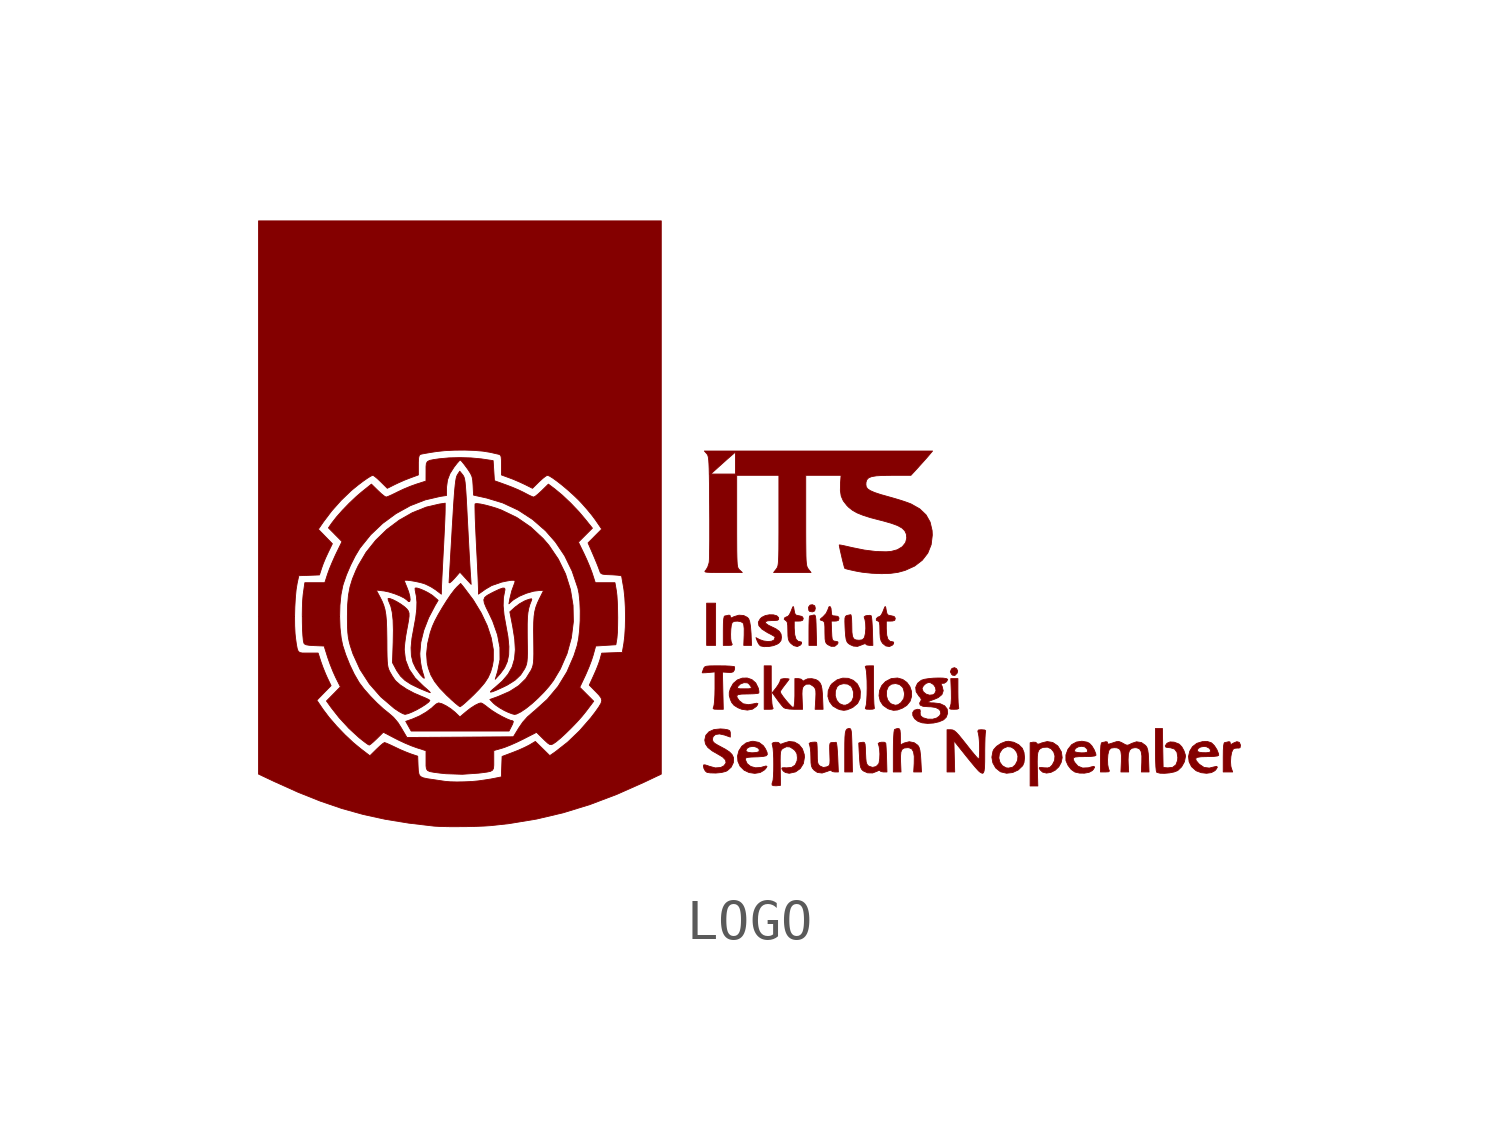
<source format=kicad_sym>
(kicad_symbol_lib
  (version 20220914)
  (generator "bitmap2component")
  (generator_version "8.0")
  (symbol "LOGO"
    (pin_names
      (offset 1.016))
    (property "Reference" "#G"
      (at 0 6.918 0)
      (effects (font (size 1.27 1.27)) hide))
    (symbol "LOGO_0_0"
      (polyline (pts (xy -7.027 -7.545) (xy -6.802 -7.539) (xy -6.601 -7.531) (xy -6.438 -7.52) (xy -5.988 -7.47) (xy -5.311 -7.358) (xy -4.644 -7.201) (xy -3.977 -6.996) (xy -3.301 -6.74) (xy -2.605 -6.43) (xy -2.199 -6.237) (xy -2.199 0.658) (xy -2.199 7.553) (xy -7.218 7.553) (xy -12.238 7.553) (xy -12.238 0.658) (xy -12.238 -2.312) (xy -11.339 -2.312) (xy -11.333 -2.074) (xy -11.32 -1.844) (xy -11.301 -1.641) (xy -11.275 -1.482) (xy -11.234 -1.291) (xy -10.976 -1.282) (xy -10.719 -1.272) (xy -10.666 -1.106) (xy -10.626 -0.994) (xy -10.568 -0.853) (xy -10.505 -0.717) (xy -10.397 -0.494) (xy -10.572 -0.314) (xy -10.747 -0.134) (xy -10.619 0.052) (xy -10.417 0.319) (xy -10.181 0.585) (xy -9.938 0.819) (xy -9.892 0.858) (xy -9.762 0.964) (xy -9.636 1.06) (xy -9.524 1.138) (xy -9.437 1.192) (xy -9.387 1.211) (xy -9.385 1.211) (xy -9.345 1.186) (xy -9.276 1.129) (xy -9.192 1.049) (xy -9.028 0.887) (xy -8.84 0.981) (xy -8.754 1.022) (xy -8.598 1.091) (xy -8.453 1.147) (xy -8.254 1.22) (xy -8.254 1.467) (xy -8.254 1.537) (xy -8.247 1.645) (xy -8.232 1.706) (xy -8.207 1.732) (xy -8.168 1.742) (xy -8.076 1.759) (xy -7.949 1.781) (xy -7.8 1.804) (xy -7.593 1.826) (xy -7.352 1.838) (xy -7.101 1.84) (xy -6.858 1.832) (xy -6.642 1.813) (xy -6.47 1.785) (xy -6.433 1.777) (xy -6.33 1.753) (xy -6.254 1.736) (xy -6.234 1.73) (xy -6.206 1.712) (xy -6.191 1.672) (xy -6.184 1.595) (xy -6.183 1.47) (xy -6.183 1.22) (xy -5.984 1.147) (xy -5.893 1.113) (xy -5.737 1.046) (xy -5.597 0.981) (xy -5.409 0.887) (xy -5.245 1.049) (xy -5.238 1.056) (xy -5.152 1.134) (xy -5.08 1.19) (xy -5.037 1.211) (xy -4.989 1.194) (xy -4.902 1.14) (xy -4.786 1.056) (xy -4.654 0.952) (xy -4.514 0.833) (xy -4.376 0.708) (xy -4.25 0.586) (xy -4.173 0.504) (xy -4.045 0.359) (xy -3.928 0.216) (xy -3.838 0.096) (xy -3.684 -0.129) (xy -3.854 -0.301) (xy -4.025 -0.473) (xy -3.896 -0.77) (xy -3.862 -0.85) (xy -3.807 -0.982) (xy -3.763 -1.093) (xy -3.738 -1.163) (xy -3.722 -1.207) (xy -3.699 -1.237) (xy -3.655 -1.254) (xy -3.576 -1.263) (xy -3.447 -1.268) (xy -3.407 -1.27) (xy -3.294 -1.278) (xy -3.216 -1.288) (xy -3.186 -1.3) (xy -3.185 -1.309) (xy -3.176 -1.368) (xy -3.159 -1.468) (xy -3.137 -1.593) (xy -3.129 -1.646) (xy -3.108 -1.844) (xy -3.095 -2.078) (xy -3.091 -2.328) (xy -3.096 -2.575) (xy -3.11 -2.799) (xy -3.132 -2.98) (xy -3.171 -3.203) (xy -3.428 -3.212) (xy -3.684 -3.221) (xy -3.723 -3.366) (xy -3.728 -3.385) (xy -3.765 -3.493) (xy -3.818 -3.628) (xy -3.878 -3.765) (xy -3.994 -4.019) (xy -3.826 -4.189) (xy -3.755 -4.263) (xy -3.701 -4.334) (xy -3.682 -4.398) (xy -3.7 -4.469) (xy -3.755 -4.562) (xy -3.847 -4.692) (xy -3.961 -4.84) (xy -4.238 -5.157) (xy -4.536 -5.442) (xy -4.839 -5.68) (xy -4.978 -5.776) (xy -5.158 -5.599) (xy -5.338 -5.422) (xy -5.479 -5.506) (xy -5.502 -5.519) (xy -5.612 -5.574) (xy -5.75 -5.636) (xy -5.893 -5.693) (xy -6.167 -5.796) (xy -6.176 -6.051) (xy -6.185 -6.306) (xy -6.351 -6.34) (xy -6.462 -6.361) (xy -6.61 -6.384) (xy -6.756 -6.405) (xy -6.766 -6.406) (xy -6.926 -6.421) (xy -7.109 -6.429) (xy -7.295 -6.432) (xy -7.461 -6.428) (xy -7.585 -6.417) (xy -7.588 -6.417) (xy -7.663 -6.406) (xy -7.776 -6.389) (xy -7.904 -6.37) (xy -8.022 -6.353) (xy -8.133 -6.329) (xy -8.202 -6.296) (xy -8.238 -6.243) (xy -8.254 -6.159) (xy -8.261 -6.034) (xy -8.27 -5.79) (xy -8.443 -5.732) (xy -8.56 -5.687) (xy -8.704 -5.626) (xy -8.841 -5.561) (xy -8.868 -5.548) (xy -8.975 -5.498) (xy -9.057 -5.463) (xy -9.098 -5.45) (xy -9.1 -5.45) (xy -9.141 -5.476) (xy -9.21 -5.534) (xy -9.296 -5.615) (xy -9.462 -5.779) (xy -9.701 -5.596) (xy -9.88 -5.448) (xy -10.088 -5.252) (xy -10.293 -5.038) (xy -10.478 -4.824) (xy -10.627 -4.627) (xy -10.784 -4.396) (xy -10.607 -4.214) (xy -10.429 -4.032) (xy -10.521 -3.84) (xy -10.566 -3.739) (xy -10.63 -3.581) (xy -10.683 -3.434) (xy -10.752 -3.219) (xy -10.999 -3.219) (xy -11.055 -3.219) (xy -11.148 -3.218) (xy -11.21 -3.206) (xy -11.25 -3.172) (xy -11.274 -3.107) (xy -11.294 -3) (xy -11.316 -2.84) (xy -11.327 -2.735) (xy -11.337 -2.538) (xy -11.339 -2.312) (xy -12.238 -2.312) (xy -12.238 -6.237) (xy -11.848 -6.421) (xy -11.835 -6.427) (xy -11.251 -6.69) (xy -10.697 -6.911) (xy -10.159 -7.095) (xy -9.621 -7.245) (xy -9.07 -7.365) (xy -8.492 -7.459) (xy -7.872 -7.532) (xy -7.83 -7.535) (xy -7.675 -7.543) (xy -7.479 -7.547) (xy -7.258 -7.547) (xy -7.027 -7.545)) (stroke (width 0.01) (type default)) (fill (type outline)))
      (polyline (pts (xy 0.772 -6.517) (xy 0.767 -6.082) (xy 0.767 -6.053) (xy 0.765 -5.886) (xy 0.767 -5.771) (xy 0.773 -5.696) (xy 0.785 -5.649) (xy 0.805 -5.619) (xy 0.834 -5.596) (xy 0.921 -5.553) (xy 1.008 -5.559) (xy 1.105 -5.622) (xy 1.142 -5.658) (xy 1.183 -5.73) (xy 1.194 -5.832) (xy 1.187 -5.904) (xy 1.14 -6.01) (xy 1.049 -6.07) (xy 0.917 -6.081) (xy 0.872 -6.077) (xy 0.813 -6.08) (xy 0.805 -6.104) (xy 0.841 -6.159) (xy 0.894 -6.196) (xy 0.985 -6.215) (xy 1.001 -6.214) (xy 1.149 -6.181) (xy 1.266 -6.097) (xy 1.343 -5.973) (xy 1.37 -5.816) (xy 1.365 -5.747) (xy 1.319 -5.608) (xy 1.234 -5.502) (xy 1.121 -5.438) (xy 0.989 -5.423) (xy 0.851 -5.465) (xy 0.819 -5.48) (xy 0.769 -5.493) (xy 0.746 -5.47) (xy 0.715 -5.446) (xy 0.638 -5.443) (xy 0.588 -5.453) (xy 0.562 -5.478) (xy 0.576 -5.535) (xy 0.588 -5.6) (xy 0.597 -5.71) (xy 0.603 -5.848) (xy 0.604 -6) (xy 0.603 -6.151) (xy 0.597 -6.284) (xy 0.588 -6.384) (xy 0.575 -6.436) (xy 0.563 -6.463) (xy 0.563 -6.51) (xy 0.603 -6.526) (xy 0.676 -6.527) (xy 0.772 -6.517)) (stroke (width 0.01) (type default)) (fill (type outline)))
      (polyline (pts (xy 7.176 -6.148) (xy 7.175 -6.11) (xy 7.172 -5.926) (xy 7.175 -5.793) (xy 7.187 -5.702) (xy 7.209 -5.643) (xy 7.243 -5.606) (xy 7.292 -5.58) (xy 7.32 -5.57) (xy 7.428 -5.564) (xy 7.519 -5.606) (xy 7.583 -5.683) (xy 7.614 -5.784) (xy 7.605 -5.896) (xy 7.548 -6.007) (xy 7.542 -6.014) (xy 7.491 -6.065) (xy 7.433 -6.083) (xy 7.34 -6.079) (xy 7.284 -6.073) (xy 7.23 -6.072) (xy 7.221 -6.089) (xy 7.245 -6.131) (xy 7.306 -6.187) (xy 7.403 -6.211) (xy 7.512 -6.194) (xy 7.619 -6.14) (xy 7.709 -6.055) (xy 7.769 -5.944) (xy 7.794 -5.826) (xy 7.774 -5.682) (xy 7.692 -5.546) (xy 7.675 -5.527) (xy 7.558 -5.448) (xy 7.421 -5.425) (xy 7.281 -5.46) (xy 7.231 -5.482) (xy 7.182 -5.491) (xy 7.16 -5.468) (xy 7.135 -5.444) (xy 7.07 -5.44) (xy 6.995 -5.454) (xy 6.995 -5.994) (xy 6.995 -6.533) (xy 7.091 -6.533) (xy 7.187 -6.533) (xy 7.176 -6.148)) (stroke (width 0.01) (type default)) (fill (type outline)))
      (polyline (pts (xy -0.7 -6.197) (xy -0.591 -6.169) (xy -0.553 -6.15) (xy -0.457 -6.064) (xy -0.402 -5.95) (xy -0.399 -5.83) (xy -0.402 -5.819) (xy -0.434 -5.751) (xy -0.497 -5.686) (xy -0.602 -5.616) (xy -0.757 -5.533) (xy -0.781 -5.521) (xy -0.869 -5.468) (xy -0.912 -5.422) (xy -0.924 -5.369) (xy -0.908 -5.302) (xy -0.847 -5.249) (xy -0.747 -5.235) (xy -0.618 -5.264) (xy -0.478 -5.314) (xy -0.478 -5.226) (xy -0.479 -5.196) (xy -0.493 -5.155) (xy -0.538 -5.133) (xy -0.629 -5.117) (xy -0.724 -5.11) (xy -0.885 -5.126) (xy -1.009 -5.181) (xy -1.088 -5.269) (xy -1.115 -5.388) (xy -1.097 -5.484) (xy -1.037 -5.573) (xy -0.927 -5.66) (xy -0.763 -5.754) (xy -0.669 -5.81) (xy -0.596 -5.886) (xy -0.585 -5.959) (xy -0.637 -6.029) (xy -0.718 -6.072) (xy -0.852 -6.082) (xy -1.01 -6.039) (xy -1.033 -6.029) (xy -1.104 -6.007) (xy -1.14 -6.005) (xy -1.149 -6.033) (xy -1.136 -6.095) (xy -1.102 -6.158) (xy -1.06 -6.193) (xy -0.979 -6.206) (xy -0.84 -6.21) (xy -0.7 -6.197)) (stroke (width 0.01) (type default)) (fill (type outline)))
      (polyline (pts (xy 0.266 -6.197) (xy 0.371 -6.133) (xy 0.406 -6.096) (xy 0.436 -6.048) (xy 0.413 -6.033) (xy 0.337 -6.054) (xy 0.28 -6.072) (xy 0.148 -6.079) (xy 0.03 -6.046) (xy -0.058 -5.977) (xy -0.102 -5.88) (xy -0.103 -5.856) (xy -0.09 -5.834) (xy -0.048 -5.82) (xy 0.034 -5.812) (xy 0.167 -5.807) (xy 0.206 -5.806) (xy 0.337 -5.797) (xy 0.415 -5.78) (xy 0.445 -5.747) (xy 0.437 -5.693) (xy 0.399 -5.609) (xy 0.346 -5.53) (xy 0.235 -5.446) (xy 0.093 -5.418) (xy 0.052 -5.42) (xy -0.085 -5.46) (xy -0.192 -5.543) (xy -0.261 -5.651) (xy -0.088 -5.651) (xy -0.069 -5.6) (xy -0.008 -5.561) (xy 0.08 -5.545) (xy 0.117 -5.548) (xy 0.196 -5.575) (xy 0.242 -5.62) (xy 0.24 -5.671) (xy 0.23 -5.68) (xy 0.169 -5.698) (xy 0.08 -5.705) (xy 0.042 -5.704) (xy -0.039 -5.692) (xy -0.081 -5.671) (xy -0.088 -5.651) (xy -0.261 -5.651) (xy -0.264 -5.654) (xy -0.298 -5.783) (xy -0.289 -5.915) (xy -0.235 -6.039) (xy -0.131 -6.142) (xy -0.009 -6.198) (xy 0.133 -6.218) (xy 0.266 -6.197)) (stroke (width 0.01) (type default)) (fill (type outline)))
      (polyline (pts (xy 1.946 -6.166) (xy 1.954 -6.162) (xy 2.016 -6.14) (xy 2.04 -6.15) (xy 2.064 -6.173) (xy 2.127 -6.183) (xy 2.215 -6.183) (xy 2.199 -5.808) (xy 2.191 -5.664) (xy 2.181 -5.546) (xy 2.17 -5.468) (xy 2.159 -5.442) (xy 2.131 -5.447) (xy 2.064 -5.45) (xy 2.061 -5.45) (xy 2.028 -5.453) (xy 2.008 -5.471) (xy 1.999 -5.516) (xy 1.998 -5.601) (xy 2.002 -5.736) (xy 2.003 -5.766) (xy 2.007 -5.892) (xy 2.004 -5.97) (xy 1.992 -6.014) (xy 1.967 -6.038) (xy 1.926 -6.056) (xy 1.843 -6.072) (xy 1.764 -6.039) (xy 1.743 -6.024) (xy 1.714 -5.991) (xy 1.698 -5.941) (xy 1.691 -5.857) (xy 1.689 -5.725) (xy 1.689 -5.683) (xy 1.686 -5.566) (xy 1.681 -5.482) (xy 1.673 -5.445) (xy 1.635 -5.438) (xy 1.563 -5.443) (xy 1.518 -5.451) (xy 1.486 -5.473) (xy 1.499 -5.515) (xy 1.501 -5.519) (xy 1.515 -5.584) (xy 1.526 -5.69) (xy 1.53 -5.816) (xy 1.53 -5.832) (xy 1.533 -5.954) (xy 1.544 -6.034) (xy 1.567 -6.088) (xy 1.608 -6.136) (xy 1.69 -6.194) (xy 1.809 -6.21) (xy 1.946 -6.166)) (stroke (width 0.01) (type default)) (fill (type outline)))
      (polyline (pts (xy 3.18 -6.165) (xy 3.229 -6.14) (xy 3.251 -6.149) (xy 3.275 -6.172) (xy 3.338 -6.183) (xy 3.426 -6.183) (xy 3.417 -5.84) (xy 3.413 -5.729) (xy 3.407 -5.601) (xy 3.401 -5.507) (xy 3.396 -5.463) (xy 3.396 -5.463) (xy 3.359 -5.442) (xy 3.286 -5.442) (xy 3.239 -5.451) (xy 3.207 -5.473) (xy 3.22 -5.515) (xy 3.227 -5.532) (xy 3.243 -5.619) (xy 3.25 -5.735) (xy 3.245 -5.855) (xy 3.23 -5.954) (xy 3.219 -5.984) (xy 3.156 -6.048) (xy 3.068 -6.069) (xy 2.977 -6.04) (xy 2.955 -6.025) (xy 2.927 -5.99) (xy 2.909 -5.937) (xy 2.9 -5.849) (xy 2.893 -5.713) (xy 2.893 -5.698) (xy 2.888 -5.57) (xy 2.881 -5.492) (xy 2.867 -5.454) (xy 2.843 -5.442) (xy 2.805 -5.445) (xy 2.752 -5.453) (xy 2.724 -5.461) (xy 2.724 -5.475) (xy 2.727 -5.54) (xy 2.732 -5.646) (xy 2.74 -5.779) (xy 2.747 -5.896) (xy 2.757 -6.004) (xy 2.773 -6.074) (xy 2.797 -6.119) (xy 2.832 -6.154) (xy 2.835 -6.156) (xy 2.943 -6.205) (xy 3.068 -6.208) (xy 3.18 -6.165)) (stroke (width 0.01) (type default)) (fill (type outline)))
      (polyline (pts (xy 5.831 -6.204) (xy 5.848 -6.155) (xy 5.859 -6.064) (xy 5.863 -5.922) (xy 5.864 -5.723) (xy 5.864 -5.633) (xy 5.867 -5.468) (xy 5.871 -5.329) (xy 5.877 -5.23) (xy 5.883 -5.181) (xy 5.888 -5.158) (xy 5.864 -5.137) (xy 5.79 -5.131) (xy 5.767 -5.131) (xy 5.706 -5.137) (xy 5.691 -5.165) (xy 5.707 -5.234) (xy 5.719 -5.302) (xy 5.729 -5.407) (xy 5.735 -5.529) (xy 5.736 -5.651) (xy 5.733 -5.759) (xy 5.725 -5.835) (xy 5.713 -5.863) (xy 5.706 -5.859) (xy 5.665 -5.816) (xy 5.596 -5.736) (xy 5.506 -5.626) (xy 5.404 -5.496) (xy 5.314 -5.383) (xy 5.224 -5.272) (xy 5.157 -5.199) (xy 5.106 -5.156) (xy 5.064 -5.136) (xy 5.021 -5.131) (xy 4.924 -5.131) (xy 4.924 -5.657) (xy 4.924 -6.183) (xy 5.019 -6.183) (xy 5.115 -6.183) (xy 5.105 -5.794) (xy 5.095 -5.405) (xy 5.386 -5.77) (xy 5.427 -5.821) (xy 5.531 -5.949) (xy 5.622 -6.058) (xy 5.691 -6.136) (xy 5.729 -6.175) (xy 5.765 -6.2) (xy 5.804 -6.217) (xy 5.831 -6.204)) (stroke (width 0.01) (type default)) (fill (type outline)))
      (polyline (pts (xy 6.56 -6.197) (xy 6.699 -6.133) (xy 6.809 -6.027) (xy 6.842 -5.949) (xy 6.856 -5.825) (xy 6.842 -5.697) (xy 6.8 -5.592) (xy 6.711 -5.504) (xy 6.586 -5.442) (xy 6.453 -5.418) (xy 6.384 -5.427) (xy 6.266 -5.473) (xy 6.158 -5.545) (xy 6.087 -5.626) (xy 6.068 -5.668) (xy 6.041 -5.813) (xy 6.044 -5.834) (xy 6.215 -5.834) (xy 6.23 -5.723) (xy 6.293 -5.623) (xy 6.332 -5.591) (xy 6.428 -5.551) (xy 6.521 -5.562) (xy 6.601 -5.611) (xy 6.661 -5.69) (xy 6.691 -5.788) (xy 6.682 -5.896) (xy 6.627 -6.003) (xy 6.556 -6.066) (xy 6.454 -6.087) (xy 6.396 -6.08) (xy 6.303 -6.028) (xy 6.241 -5.941) (xy 6.215 -5.834) (xy 6.044 -5.834) (xy 6.066 -5.957) (xy 6.137 -6.083) (xy 6.25 -6.174) (xy 6.264 -6.181) (xy 6.408 -6.215) (xy 6.56 -6.197)) (stroke (width 0.01) (type default)) (fill (type outline)))
      (polyline (pts (xy 8.464 -6.192) (xy 8.541 -6.151) (xy 8.569 -6.121) (xy 8.603 -6.066) (xy 8.587 -6.043) (xy 8.523 -6.056) (xy 8.446 -6.079) (xy 8.303 -6.085) (xy 8.185 -6.037) (xy 8.1 -5.938) (xy 8.095 -5.928) (xy 8.07 -5.869) (xy 8.074 -5.832) (xy 8.117 -5.811) (xy 8.206 -5.802) (xy 8.35 -5.8) (xy 8.387 -5.8) (xy 8.52 -5.795) (xy 8.606 -5.784) (xy 8.637 -5.767) (xy 8.63 -5.725) (xy 8.592 -5.63) (xy 8.535 -5.535) (xy 8.474 -5.47) (xy 8.416 -5.44) (xy 8.286 -5.417) (xy 8.151 -5.437) (xy 8.036 -5.499) (xy 8.028 -5.505) (xy 7.937 -5.62) (xy 7.922 -5.662) (xy 8.095 -5.662) (xy 8.123 -5.599) (xy 8.19 -5.558) (xy 8.275 -5.543) (xy 8.356 -5.557) (xy 8.411 -5.605) (xy 8.426 -5.644) (xy 8.423 -5.684) (xy 8.417 -5.689) (xy 8.361 -5.704) (xy 8.279 -5.707) (xy 8.192 -5.7) (xy 8.123 -5.685) (xy 8.095 -5.663) (xy 8.095 -5.662) (xy 7.922 -5.662) (xy 7.887 -5.758) (xy 7.887 -5.894) (xy 7.89 -5.905) (xy 7.94 -6.019) (xy 8.018 -6.12) (xy 8.107 -6.183) (xy 8.111 -6.185) (xy 8.225 -6.211) (xy 8.35 -6.213) (xy 8.464 -6.192)) (stroke (width 0.01) (type default)) (fill (type outline)))
      (polyline (pts (xy 10.469 -6.206) (xy 10.585 -6.183) (xy 10.67 -6.15) (xy 10.675 -6.147) (xy 10.771 -6.055) (xy 10.841 -5.929) (xy 10.867 -5.798) (xy 10.864 -5.758) (xy 10.83 -5.655) (xy 10.776 -5.557) (xy 10.715 -5.493) (xy 10.695 -5.482) (xy 10.585 -5.44) (xy 10.483 -5.434) (xy 10.409 -5.466) (xy 10.401 -5.475) (xy 10.362 -5.533) (xy 10.38 -5.566) (xy 10.459 -5.577) (xy 10.49 -5.579) (xy 10.595 -5.612) (xy 10.656 -5.693) (xy 10.676 -5.821) (xy 10.671 -5.893) (xy 10.63 -6.004) (xy 10.549 -6.067) (xy 10.428 -6.081) (xy 10.31 -6.071) (xy 10.301 -5.585) (xy 10.292 -5.099) (xy 10.205 -5.099) (xy 10.119 -5.099) (xy 10.119 -5.633) (xy 10.119 -5.727) (xy 10.123 -5.911) (xy 10.129 -6.054) (xy 10.139 -6.15) (xy 10.15 -6.19) (xy 10.158 -6.195) (xy 10.234 -6.214) (xy 10.345 -6.217) (xy 10.469 -6.206)) (stroke (width 0.01) (type default)) (fill (type outline)))
      (polyline (pts (xy 11.513 -6.199) (xy 11.601 -6.151) (xy 11.628 -6.121) (xy 11.662 -6.066) (xy 11.647 -6.043) (xy 11.582 -6.056) (xy 11.462 -6.086) (xy 11.33 -6.07) (xy 11.216 -5.994) (xy 11.19 -5.968) (xy 11.132 -5.896) (xy 11.121 -5.848) (xy 11.16 -5.819) (xy 11.255 -5.804) (xy 11.409 -5.8) (xy 11.447 -5.8) (xy 11.58 -5.795) (xy 11.666 -5.784) (xy 11.696 -5.767) (xy 11.69 -5.725) (xy 11.651 -5.627) (xy 11.589 -5.53) (xy 11.523 -5.464) (xy 11.505 -5.453) (xy 11.414 -5.424) (xy 11.29 -5.427) (xy 11.15 -5.469) (xy 11.042 -5.553) (xy 10.983 -5.65) (xy 11.162 -5.65) (xy 11.182 -5.599) (xy 11.244 -5.561) (xy 11.332 -5.545) (xy 11.394 -5.556) (xy 11.459 -5.591) (xy 11.494 -5.639) (xy 11.483 -5.684) (xy 11.453 -5.697) (xy 11.379 -5.704) (xy 11.289 -5.702) (xy 11.211 -5.691) (xy 11.169 -5.671) (xy 11.162 -5.65) (xy 10.983 -5.65) (xy 10.973 -5.667) (xy 10.943 -5.797) (xy 10.958 -5.929) (xy 11.018 -6.051) (xy 11.129 -6.15) (xy 11.139 -6.156) (xy 11.26 -6.201) (xy 11.392 -6.216) (xy 11.513 -6.199)) (stroke (width 0.01) (type default)) (fill (type outline)))
      (polyline (pts (xy 2.556 -5.641) (xy 2.555 -5.562) (xy 2.55 -5.385) (xy 2.545 -5.259) (xy 2.538 -5.176) (xy 2.527 -5.128) (xy 2.512 -5.105) (xy 2.492 -5.1) (xy 2.462 -5.102) (xy 2.428 -5.116) (xy 2.404 -5.15) (xy 2.388 -5.213) (xy 2.379 -5.314) (xy 2.375 -5.462) (xy 2.374 -5.665) (xy 2.374 -6.183) (xy 2.47 -6.183) (xy 2.566 -6.183) (xy 2.556 -5.641)) (stroke (width 0.01) (type default)) (fill (type outline)))
      (polyline (pts (xy 3.766 -5.926) (xy 3.764 -5.798) (xy 3.774 -5.686) (xy 3.803 -5.619) (xy 3.857 -5.586) (xy 3.941 -5.577) (xy 3.978 -5.58) (xy 4.046 -5.61) (xy 4.088 -5.68) (xy 4.107 -5.797) (xy 4.105 -5.968) (xy 4.093 -6.183) (xy 4.19 -6.183) (xy 4.287 -6.183) (xy 4.271 -5.883) (xy 4.263 -5.762) (xy 4.248 -5.645) (xy 4.226 -5.568) (xy 4.196 -5.519) (xy 4.105 -5.454) (xy 3.982 -5.429) (xy 3.857 -5.461) (xy 3.761 -5.509) (xy 3.761 -5.304) (xy 3.76 -5.222) (xy 3.752 -5.145) (xy 3.736 -5.109) (xy 3.705 -5.1) (xy 3.675 -5.103) (xy 3.617 -5.123) (xy 3.612 -5.132) (xy 3.601 -5.195) (xy 3.593 -5.31) (xy 3.587 -5.47) (xy 3.585 -5.665) (xy 3.585 -6.183) (xy 3.681 -6.183) (xy 3.777 -6.183) (xy 3.766 -5.926)) (stroke (width 0.01) (type default)) (fill (type outline)))
      (polyline (pts (xy 9.864 -6.183) (xy 9.959 -6.183) (xy 9.948 -5.888) (xy 9.948 -5.871) (xy 9.94 -5.728) (xy 9.926 -5.633) (xy 9.905 -5.569) (xy 9.873 -5.523) (xy 9.77 -5.45) (xy 9.647 -5.431) (xy 9.52 -5.473) (xy 9.489 -5.491) (xy 9.431 -5.516) (xy 9.382 -5.509) (xy 9.309 -5.47) (xy 9.273 -5.449) (xy 9.211 -5.425) (xy 9.151 -5.427) (xy 9.062 -5.456) (xy 9.035 -5.465) (xy 8.963 -5.487) (xy 8.931 -5.485) (xy 8.924 -5.458) (xy 8.916 -5.433) (xy 8.873 -5.43) (xy 8.847 -5.439) (xy 8.786 -5.45) (xy 8.771 -5.463) (xy 8.758 -5.525) (xy 8.751 -5.641) (xy 8.748 -5.816) (xy 8.748 -6.183) (xy 8.869 -6.183) (xy 8.878 -6.183) (xy 8.95 -6.179) (xy 8.971 -6.161) (xy 8.957 -6.121) (xy 8.947 -6.097) (xy 8.929 -6.001) (xy 8.925 -5.878) (xy 8.933 -5.755) (xy 8.955 -5.659) (xy 8.968 -5.63) (xy 9.012 -5.588) (xy 9.094 -5.577) (xy 9.163 -5.582) (xy 9.223 -5.61) (xy 9.257 -5.669) (xy 9.27 -5.771) (xy 9.269 -5.926) (xy 9.258 -6.183) (xy 9.355 -6.183) (xy 9.451 -6.183) (xy 9.44 -5.968) (xy 9.437 -5.882) (xy 9.444 -5.738) (xy 9.472 -5.644) (xy 9.525 -5.593) (xy 9.607 -5.577) (xy 9.661 -5.582) (xy 9.725 -5.611) (xy 9.763 -5.675) (xy 9.78 -5.784) (xy 9.778 -5.946) (xy 9.768 -6.183) (xy 9.864 -6.183)) (stroke (width 0.01) (type default)) (fill (type outline)))
      (polyline (pts (xy 12.009 -6.084) (xy 11.998 -6.039) (xy 11.99 -5.927) (xy 11.998 -5.803) (xy 12.019 -5.692) (xy 12.052 -5.619) (xy 12.089 -5.594) (xy 12.164 -5.586) (xy 12.182 -5.589) (xy 12.227 -5.58) (xy 12.238 -5.524) (xy 12.237 -5.51) (xy 12.21 -5.445) (xy 12.148 -5.428) (xy 12.062 -5.463) (xy 12.015 -5.492) (xy 11.988 -5.496) (xy 11.983 -5.463) (xy 11.975 -5.433) (xy 11.933 -5.43) (xy 11.907 -5.439) (xy 11.845 -5.45) (xy 11.831 -5.463) (xy 11.818 -5.525) (xy 11.81 -5.641) (xy 11.808 -5.816) (xy 11.808 -6.183) (xy 11.925 -6.183) (xy 12.043 -6.183) (xy 12.009 -6.084)) (stroke (width 0.01) (type default)) (fill (type outline)))
      (polyline (pts (xy 4.588 -4.963) (xy 4.726 -4.932) (xy 4.838 -4.883) (xy 4.905 -4.817) (xy 4.939 -4.72) (xy 4.928 -4.616) (xy 4.864 -4.534) (xy 4.751 -4.481) (xy 4.596 -4.462) (xy 4.535 -4.461) (xy 4.463 -4.453) (xy 4.451 -4.437) (xy 4.502 -4.409) (xy 4.613 -4.369) (xy 4.703 -4.33) (xy 4.796 -4.254) (xy 4.829 -4.159) (xy 4.802 -4.049) (xy 4.78 -4.002) (xy 4.774 -3.971) (xy 4.8 -3.974) (xy 4.855 -3.971) (xy 4.913 -3.932) (xy 4.94 -3.876) (xy 4.939 -3.873) (xy 4.902 -3.854) (xy 4.82 -3.843) (xy 4.709 -3.841) (xy 4.584 -3.845) (xy 4.46 -3.857) (xy 4.355 -3.874) (xy 4.282 -3.898) (xy 4.189 -3.973) (xy 4.143 -4.074) (xy 4.146 -4.106) (xy 4.302 -4.106) (xy 4.303 -4.096) (xy 4.336 -4.033) (xy 4.399 -3.976) (xy 4.465 -3.952) (xy 4.511 -3.958) (xy 4.587 -4.004) (xy 4.637 -4.078) (xy 4.649 -4.16) (xy 4.615 -4.232) (xy 4.574 -4.259) (xy 4.487 -4.269) (xy 4.399 -4.241) (xy 4.33 -4.183) (xy 4.302 -4.106) (xy 4.146 -4.106) (xy 4.154 -4.184) (xy 4.224 -4.291) (xy 4.256 -4.325) (xy 4.284 -4.375) (xy 4.269 -4.417) (xy 4.24 -4.466) (xy 4.254 -4.516) (xy 4.326 -4.547) (xy 4.457 -4.557) (xy 4.523 -4.559) (xy 4.64 -4.576) (xy 4.717 -4.615) (xy 4.755 -4.657) (xy 4.769 -4.726) (xy 4.735 -4.789) (xy 4.663 -4.84) (xy 4.562 -4.868) (xy 4.442 -4.866) (xy 4.438 -4.865) (xy 4.319 -4.83) (xy 4.258 -4.774) (xy 4.253 -4.695) (xy 4.258 -4.67) (xy 4.249 -4.63) (xy 4.193 -4.621) (xy 4.186 -4.621) (xy 4.106 -4.645) (xy 4.068 -4.702) (xy 4.071 -4.777) (xy 4.115 -4.855) (xy 4.2 -4.922) (xy 4.302 -4.958) (xy 4.441 -4.973) (xy 4.588 -4.963)) (stroke (width 0.01) (type default)) (fill (type outline)))
      (polyline (pts (xy 0.074 -4.618) (xy 0.168 -4.552) (xy 0.193 -4.52) (xy 0.21 -4.479) (xy 0.175 -4.469) (xy 0.087 -4.488) (xy -0.027 -4.506) (xy -0.157 -4.484) (xy -0.256 -4.406) (xy -0.259 -4.402) (xy -0.308 -4.33) (xy -0.318 -4.283) (xy -0.282 -4.255) (xy -0.195 -4.242) (xy -0.05 -4.239) (xy -0.003 -4.238) (xy 0.113 -4.234) (xy 0.197 -4.226) (xy 0.233 -4.215) (xy 0.233 -4.214) (xy 0.234 -4.168) (xy 0.219 -4.093) (xy 0.218 -4.091) (xy 0.156 -3.965) (xy 0.06 -3.881) (xy -0.057 -3.841) (xy -0.181 -3.844) (xy -0.302 -3.889) (xy -0.404 -3.976) (xy -0.464 -4.083) (xy -0.301 -4.083) (xy -0.287 -4.048) (xy -0.228 -3.991) (xy -0.138 -3.957) (xy -0.05 -3.962) (xy -0.016 -3.986) (xy 0.031 -4.046) (xy 0.033 -4.05) (xy 0.047 -4.084) (xy 0.032 -4.103) (xy -0.022 -4.11) (xy -0.127 -4.111) (xy -0.135 -4.111) (xy -0.237 -4.11) (xy -0.289 -4.102) (xy -0.301 -4.083) (xy -0.464 -4.083) (xy -0.477 -4.106) (xy -0.477 -4.107) (xy -0.504 -4.201) (xy -0.504 -4.278) (xy -0.477 -4.374) (xy -0.445 -4.449) (xy -0.386 -4.521) (xy -0.287 -4.583) (xy -0.195 -4.62) (xy -0.053 -4.641) (xy 0.074 -4.618)) (stroke (width 0.01) (type default)) (fill (type outline)))
      (polyline (pts (xy 2.433 -4.634) (xy 2.539 -4.591) (xy 2.577 -4.572) (xy 2.694 -4.475) (xy 2.756 -4.346) (xy 2.764 -4.184) (xy 2.751 -4.117) (xy 2.688 -3.989) (xy 2.587 -3.899) (xy 2.462 -3.849) (xy 2.323 -3.844) (xy 2.185 -3.886) (xy 2.058 -3.981) (xy 2.019 -4.029) (xy 1.962 -4.159) (xy 1.955 -4.281) (xy 2.137 -4.281) (xy 2.14 -4.162) (xy 2.185 -4.054) (xy 2.248 -4.005) (xy 2.346 -3.982) (xy 2.448 -3.993) (xy 2.525 -4.04) (xy 2.558 -4.086) (xy 2.596 -4.2) (xy 2.592 -4.317) (xy 2.549 -4.42) (xy 2.467 -4.489) (xy 2.398 -4.517) (xy 2.345 -4.519) (xy 2.273 -4.493) (xy 2.236 -4.472) (xy 2.17 -4.391) (xy 2.137 -4.281) (xy 1.955 -4.281) (xy 1.954 -4.298) (xy 1.994 -4.429) (xy 2.077 -4.539) (xy 2.2 -4.611) (xy 2.266 -4.633) (xy 2.352 -4.647) (xy 2.433 -4.634)) (stroke (width 0.01) (type default)) (fill (type outline)))
      (polyline (pts (xy 3.69 -4.638) (xy 3.814 -4.591) (xy 3.92 -4.524) (xy 4.004 -4.419) (xy 4.041 -4.298) (xy 4.038 -4.173) (xy 3.997 -4.053) (xy 3.923 -3.951) (xy 3.819 -3.877) (xy 3.69 -3.841) (xy 3.541 -3.855) (xy 3.525 -3.86) (xy 3.392 -3.928) (xy 3.297 -4.03) (xy 3.242 -4.153) (xy 3.229 -4.281) (xy 3.412 -4.281) (xy 3.415 -4.162) (xy 3.46 -4.054) (xy 3.462 -4.051) (xy 3.539 -3.994) (xy 3.64 -3.979) (xy 3.739 -4.003) (xy 3.814 -4.067) (xy 3.837 -4.11) (xy 3.866 -4.235) (xy 3.846 -4.356) (xy 3.778 -4.453) (xy 3.703 -4.507) (xy 3.635 -4.52) (xy 3.548 -4.493) (xy 3.51 -4.472) (xy 3.445 -4.391) (xy 3.412 -4.281) (xy 3.229 -4.281) (xy 3.229 -4.285) (xy 3.258 -4.413) (xy 3.331 -4.524) (xy 3.45 -4.606) (xy 3.484 -4.619) (xy 3.589 -4.647) (xy 3.69 -4.638)) (stroke (width 0.01) (type default)) (fill (type outline)))
      (polyline (pts (xy -0.664 -4.156) (xy -0.674 -3.692) (xy -0.539 -3.701) (xy -0.462 -3.703) (xy -0.408 -3.688) (xy -0.381 -3.648) (xy -0.371 -3.608) (xy -0.372 -3.561) (xy -0.403 -3.553) (xy -0.485 -3.545) (xy -0.606 -3.539) (xy -0.752 -3.538) (xy -0.885 -3.538) (xy -0.998 -3.54) (xy -1.07 -3.547) (xy -1.111 -3.561) (xy -1.133 -3.584) (xy -1.148 -3.619) (xy -1.169 -3.677) (xy -1.179 -3.71) (xy -1.168 -3.712) (xy -1.111 -3.711) (xy -1.02 -3.704) (xy -0.86 -3.689) (xy -0.86 -4.093) (xy -0.86 -4.105) (xy -0.863 -4.263) (xy -0.87 -4.401) (xy -0.881 -4.505) (xy -0.893 -4.559) (xy -0.901 -4.574) (xy -0.906 -4.605) (xy -0.874 -4.618) (xy -0.79 -4.621) (xy -0.653 -4.621) (xy -0.664 -4.156)) (stroke (width 0.01) (type default)) (fill (type outline)))
      (polyline (pts (xy 0.568 -4.617) (xy 0.59 -4.599) (xy 0.575 -4.559) (xy 0.57 -4.547) (xy 0.559 -4.473) (xy 0.55 -4.352) (xy 0.544 -4.196) (xy 0.542 -4.018) (xy 0.542 -3.538) (xy 0.454 -3.538) (xy 0.366 -3.538) (xy 0.366 -4.079) (xy 0.366 -4.621) (xy 0.487 -4.621) (xy 0.496 -4.621) (xy 0.568 -4.617)) (stroke (width 0.01) (type default)) (fill (type outline)))
      (polyline (pts (xy 1.312 -4.356) (xy 1.308 -4.235) (xy 1.312 -4.138) (xy 1.327 -4.077) (xy 1.354 -4.037) (xy 1.415 -3.995) (xy 1.506 -3.993) (xy 1.597 -4.051) (xy 1.607 -4.061) (xy 1.637 -4.103) (xy 1.653 -4.157) (xy 1.656 -4.24) (xy 1.651 -4.37) (xy 1.636 -4.621) (xy 1.735 -4.621) (xy 1.834 -4.621) (xy 1.824 -4.374) (xy 1.817 -4.225) (xy 1.805 -4.106) (xy 1.787 -4.024) (xy 1.76 -3.967) (xy 1.72 -3.919) (xy 1.652 -3.879) (xy 1.55 -3.857) (xy 1.448 -3.862) (xy 1.373 -3.896) (xy 1.337 -3.92) (xy 1.316 -3.896) (xy 1.284 -3.869) (xy 1.216 -3.856) (xy 1.131 -3.856) (xy 1.131 -4.212) (xy 1.131 -4.287) (xy 1.125 -4.446) (xy 1.113 -4.543) (xy 1.095 -4.58) (xy 1.082 -4.577) (xy 1.036 -4.538) (xy 0.971 -4.47) (xy 0.899 -4.386) (xy 0.833 -4.301) (xy 0.784 -4.229) (xy 0.765 -4.185) (xy 0.775 -4.162) (xy 0.816 -4.1) (xy 0.877 -4.019) (xy 0.923 -3.96) (xy 0.97 -3.897) (xy 0.988 -3.868) (xy 0.987 -3.866) (xy 0.95 -3.859) (xy 0.876 -3.856) (xy 0.853 -3.857) (xy 0.785 -3.87) (xy 0.765 -3.907) (xy 0.76 -3.931) (xy 0.724 -4) (xy 0.667 -4.083) (xy 0.568 -4.207) (xy 0.688 -4.374) (xy 0.748 -4.455) (xy 0.812 -4.535) (xy 0.856 -4.581) (xy 0.897 -4.599) (xy 0.991 -4.615) (xy 1.114 -4.621) (xy 1.323 -4.621) (xy 1.312 -4.356)) (stroke (width 0.01) (type default)) (fill (type outline)))
      (polyline (pts (xy 3.073 -4.618) (xy 3.112 -4.603) (xy 3.111 -4.571) (xy 3.107 -4.553) (xy 3.101 -4.477) (xy 3.096 -4.356) (xy 3.093 -4.203) (xy 3.091 -4.029) (xy 3.091 -3.538) (xy 2.979 -3.538) (xy 2.907 -3.541) (xy 2.884 -3.558) (xy 2.899 -3.599) (xy 2.901 -3.603) (xy 2.913 -3.665) (xy 2.923 -3.775) (xy 2.93 -3.917) (xy 2.932 -4.079) (xy 2.932 -4.103) (xy 2.929 -4.263) (xy 2.922 -4.402) (xy 2.912 -4.505) (xy 2.899 -4.559) (xy 2.893 -4.572) (xy 2.886 -4.604) (xy 2.916 -4.618) (xy 2.998 -4.621) (xy 3.073 -4.618)) (stroke (width 0.01) (type default)) (fill (type outline)))
      (polyline (pts (xy 5.176 -4.618) (xy 5.215 -4.603) (xy 5.214 -4.571) (xy 5.208 -4.541) (xy 5.201 -4.455) (xy 5.197 -4.332) (xy 5.195 -4.188) (xy 5.195 -3.856) (xy 5.106 -3.856) (xy 5.017 -3.856) (xy 5.03 -4.17) (xy 5.03 -4.178) (xy 5.032 -4.352) (xy 5.024 -4.48) (xy 5.006 -4.553) (xy 4.996 -4.572) (xy 4.989 -4.605) (xy 5.02 -4.619) (xy 5.101 -4.621) (xy 5.176 -4.618)) (stroke (width 0.01) (type default)) (fill (type outline)))
      (polyline (pts (xy 5.176 -3.72) (xy 5.189 -3.664) (xy 5.162 -3.61) (xy 5.111 -3.583) (xy 5.053 -3.6) (xy 5.033 -3.619) (xy 5.006 -3.686) (xy 5.042 -3.755) (xy 5.064 -3.772) (xy 5.12 -3.777) (xy 5.176 -3.72)) (stroke (width 0.01) (type default)) (fill (type outline)))
      (polyline (pts (xy 0.48 -3.056) (xy 0.598 -3.034) (xy 0.693 -2.996) (xy 0.736 -2.967) (xy 0.784 -2.908) (xy 0.797 -2.826) (xy 0.786 -2.746) (xy 0.745 -2.679) (xy 0.664 -2.619) (xy 0.531 -2.554) (xy 0.47 -2.525) (xy 0.403 -2.476) (xy 0.397 -2.439) (xy 0.453 -2.415) (xy 0.57 -2.408) (xy 0.63 -2.408) (xy 0.698 -2.401) (xy 0.725 -2.382) (xy 0.726 -2.344) (xy 0.724 -2.334) (xy 0.68 -2.29) (xy 0.598 -2.267) (xy 0.496 -2.265) (xy 0.394 -2.285) (xy 0.309 -2.327) (xy 0.269 -2.363) (xy 0.22 -2.449) (xy 0.234 -2.537) (xy 0.311 -2.624) (xy 0.45 -2.711) (xy 0.543 -2.759) (xy 0.611 -2.799) (xy 0.637 -2.818) (xy 0.635 -2.831) (xy 0.618 -2.882) (xy 0.61 -2.895) (xy 0.55 -2.924) (xy 0.458 -2.932) (xy 0.352 -2.918) (xy 0.254 -2.884) (xy 0.161 -2.835) (xy 0.194 -2.923) (xy 0.227 -2.989) (xy 0.265 -3.034) (xy 0.277 -3.041) (xy 0.364 -3.059) (xy 0.48 -3.056)) (stroke (width 0.01) (type default)) (fill (type outline)))
      (polyline (pts (xy 1.268 -3.021) (xy 1.297 -2.986) (xy 1.298 -2.946) (xy 1.242 -2.932) (xy 1.215 -2.928) (xy 1.16 -2.875) (xy 1.127 -2.764) (xy 1.115 -2.595) (xy 1.115 -2.422) (xy 1.227 -2.422) (xy 1.274 -2.42) (xy 1.325 -2.403) (xy 1.339 -2.36) (xy 1.338 -2.347) (xy 1.31 -2.307) (xy 1.235 -2.289) (xy 1.224 -2.288) (xy 1.161 -2.273) (xy 1.13 -2.234) (xy 1.113 -2.151) (xy 1.101 -2.081) (xy 1.088 -2.058) (xy 1.071 -2.087) (xy 1.028 -2.196) (xy 0.993 -2.265) (xy 0.961 -2.301) (xy 0.923 -2.317) (xy 0.879 -2.338) (xy 0.864 -2.376) (xy 0.908 -2.411) (xy 0.92 -2.417) (xy 0.942 -2.456) (xy 0.953 -2.535) (xy 0.956 -2.666) (xy 0.956 -2.67) (xy 0.959 -2.796) (xy 0.97 -2.877) (xy 0.993 -2.933) (xy 1.034 -2.981) (xy 1.105 -3.035) (xy 1.193 -3.057) (xy 1.268 -3.021)) (stroke (width 0.01) (type default)) (fill (type outline)))
      (polyline (pts (xy 2.125 -3.05) (xy 2.19 -2.998) (xy 2.207 -2.967) (xy 2.201 -2.939) (xy 2.142 -2.926) (xy 2.108 -2.921) (xy 2.078 -2.905) (xy 2.061 -2.868) (xy 2.052 -2.793) (xy 2.046 -2.669) (xy 2.037 -2.422) (xy 2.134 -2.422) (xy 2.161 -2.421) (xy 2.216 -2.405) (xy 2.231 -2.358) (xy 2.23 -2.342) (xy 2.205 -2.305) (xy 2.135 -2.295) (xy 2.073 -2.289) (xy 2.045 -2.259) (xy 2.04 -2.185) (xy 2.031 -2.101) (xy 2.008 -2.059) (xy 1.98 -2.068) (xy 1.956 -2.134) (xy 1.954 -2.139) (xy 1.911 -2.23) (xy 1.836 -2.312) (xy 1.806 -2.336) (xy 1.763 -2.375) (xy 1.766 -2.395) (xy 1.809 -2.41) (xy 1.833 -2.418) (xy 1.859 -2.44) (xy 1.873 -2.484) (xy 1.879 -2.564) (xy 1.88 -2.695) (xy 1.881 -2.755) (xy 1.884 -2.867) (xy 1.895 -2.936) (xy 1.916 -2.979) (xy 1.951 -3.01) (xy 2.035 -3.051) (xy 2.125 -3.05)) (stroke (width 0.01) (type default)) (fill (type outline)))
      (polyline (pts (xy 2.806 -3.011) (xy 2.815 -3.006) (xy 2.876 -2.985) (xy 2.9 -2.995) (xy 2.924 -3.017) (xy 2.988 -3.028) (xy 3.075 -3.028) (xy 3.065 -2.669) (xy 3.06 -2.541) (xy 3.052 -2.417) (xy 3.042 -2.328) (xy 3.033 -2.289) (xy 2.996 -2.279) (xy 2.925 -2.285) (xy 2.892 -2.292) (xy 2.857 -2.316) (xy 2.869 -2.36) (xy 2.879 -2.386) (xy 2.895 -2.482) (xy 2.899 -2.604) (xy 2.89 -2.725) (xy 2.869 -2.818) (xy 2.857 -2.845) (xy 2.813 -2.889) (xy 2.732 -2.9) (xy 2.727 -2.9) (xy 2.649 -2.892) (xy 2.597 -2.864) (xy 2.567 -2.803) (xy 2.553 -2.699) (xy 2.55 -2.543) (xy 2.549 -2.485) (xy 2.545 -2.371) (xy 2.536 -2.292) (xy 2.526 -2.263) (xy 2.5 -2.267) (xy 2.436 -2.281) (xy 2.415 -2.288) (xy 2.391 -2.309) (xy 2.379 -2.352) (xy 2.377 -2.431) (xy 2.381 -2.56) (xy 2.385 -2.639) (xy 2.395 -2.781) (xy 2.409 -2.877) (xy 2.431 -2.939) (xy 2.463 -2.979) (xy 2.51 -3.01) (xy 2.59 -3.045) (xy 2.692 -3.053) (xy 2.806 -3.011)) (stroke (width 0.01) (type default)) (fill (type outline)))
      (polyline (pts (xy 3.563 -3.021) (xy 3.591 -2.987) (xy 3.593 -2.946) (xy 3.539 -2.932) (xy 3.502 -2.926) (xy 3.45 -2.876) (xy 3.42 -2.774) (xy 3.41 -2.615) (xy 3.41 -2.422) (xy 3.522 -2.422) (xy 3.569 -2.42) (xy 3.62 -2.403) (xy 3.633 -2.36) (xy 3.632 -2.347) (xy 3.605 -2.307) (xy 3.53 -2.289) (xy 3.518 -2.288) (xy 3.456 -2.273) (xy 3.425 -2.234) (xy 3.408 -2.151) (xy 3.396 -2.081) (xy 3.382 -2.058) (xy 3.365 -2.087) (xy 3.322 -2.196) (xy 3.288 -2.265) (xy 3.256 -2.301) (xy 3.218 -2.317) (xy 3.197 -2.325) (xy 3.161 -2.363) (xy 3.161 -2.403) (xy 3.203 -2.422) (xy 3.22 -2.427) (xy 3.239 -2.459) (xy 3.248 -2.532) (xy 3.251 -2.657) (xy 3.252 -2.727) (xy 3.26 -2.839) (xy 3.28 -2.915) (xy 3.317 -2.975) (xy 3.319 -2.978) (xy 3.399 -3.042) (xy 3.487 -3.057) (xy 3.563 -3.021)) (stroke (width 0.01) (type default)) (fill (type outline)))
      (polyline (pts (xy -0.845 -2.502) (xy -0.845 -1.976) (xy -0.956 -1.976) (xy -1.068 -1.976) (xy -1.068 -2.502) (xy -1.068 -3.028) (xy -0.956 -3.028) (xy -0.845 -3.028) (xy -0.845 -2.502)) (stroke (width 0.01) (type default)) (fill (type outline)))
      (polyline (pts (xy -0.046 -3.028) (xy 0.051 -3.028) (xy 0.039 -2.733) (xy 0.037 -2.708) (xy 0.025 -2.555) (xy 0.005 -2.437) (xy -0.019 -2.368) (xy -0.051 -2.331) (xy -0.146 -2.283) (xy -0.263 -2.275) (xy -0.379 -2.309) (xy -0.38 -2.309) (xy -0.446 -2.34) (xy -0.473 -2.34) (xy -0.478 -2.308) (xy -0.486 -2.278) (xy -0.528 -2.275) (xy -0.554 -2.284) (xy -0.616 -2.295) (xy -0.63 -2.308) (xy -0.643 -2.37) (xy -0.651 -2.486) (xy -0.653 -2.661) (xy -0.653 -3.028) (xy -0.533 -3.028) (xy -0.512 -3.028) (xy -0.447 -3.023) (xy -0.43 -3.003) (xy -0.449 -2.959) (xy -0.455 -2.945) (xy -0.468 -2.864) (xy -0.471 -2.751) (xy -0.466 -2.629) (xy -0.453 -2.524) (xy -0.432 -2.457) (xy -0.431 -2.456) (xy -0.381 -2.429) (xy -0.299 -2.423) (xy -0.217 -2.437) (xy -0.161 -2.468) (xy -0.144 -2.506) (xy -0.132 -2.611) (xy -0.133 -2.771) (xy -0.143 -3.028) (xy -0.046 -3.028)) (stroke (width 0.01) (type default)) (fill (type outline)))
      (polyline (pts (xy 1.663 -2.642) (xy 1.659 -2.49) (xy 1.654 -2.378) (xy 1.646 -2.311) (xy 1.633 -2.278) (xy 1.613 -2.269) (xy 1.584 -2.275) (xy 1.538 -2.287) (xy 1.498 -2.294) (xy 1.492 -2.321) (xy 1.487 -2.399) (xy 1.483 -2.517) (xy 1.482 -2.661) (xy 1.482 -3.028) (xy 1.578 -3.028) (xy 1.673 -3.028) (xy 1.663 -2.642)) (stroke (width 0.01) (type default)) (fill (type outline)))
      (polyline (pts (xy 1.624 -2.169) (xy 1.641 -2.103) (xy 1.626 -2.041) (xy 1.569 -2.014) (xy 1.51 -2.023) (xy 1.471 -2.075) (xy 1.478 -2.154) (xy 1.502 -2.182) (xy 1.569 -2.193) (xy 1.624 -2.169)) (stroke (width 0.01) (type default)) (fill (type outline)))
      (polyline (pts (xy 3.518 -1.232) (xy 3.702 -1.207) (xy 3.88 -1.158) (xy 4.117 -1.051) (xy 4.306 -0.906) (xy 4.444 -0.728) (xy 4.528 -0.518) (xy 4.557 -0.279) (xy 4.552 -0.168) (xy 4.502 0.046) (xy 4.4 0.226) (xy 4.242 0.376) (xy 4.028 0.497) (xy 3.934 0.533) (xy 3.796 0.58) (xy 3.632 0.63) (xy 3.463 0.678) (xy 3.271 0.732) (xy 3.117 0.783) (xy 3.011 0.829) (xy 2.944 0.874) (xy 2.91 0.923) (xy 2.901 0.981) (xy 2.904 1.038) (xy 2.925 1.102) (xy 2.97 1.149) (xy 3.048 1.18) (xy 3.167 1.199) (xy 3.333 1.208) (xy 3.556 1.211) (xy 4.024 1.211) (xy 4.207 1.41) (xy 4.224 1.43) (xy 4.322 1.538) (xy 4.412 1.639) (xy 4.476 1.713) (xy 4.563 1.817) (xy 1.719 1.817) (xy -1.125 1.817) (xy -1.065 1.75) (xy -1.062 1.746) (xy -1.047 1.726) (xy -1.035 1.697) (xy -1.025 1.654) (xy -1.017 1.59) (xy -1.011 1.5) (xy -1.006 1.378) (xy -1.003 1.243) (xy -0.967 1.243) (xy -0.778 1.413) (xy -0.774 1.417) (xy -0.663 1.516) (xy -0.555 1.613) (xy -0.47 1.687) (xy -0.35 1.791) (xy -0.35 1.517) (xy -0.35 1.243) (xy -0.659 1.243) (xy -0.967 1.243) (xy -1.003 1.243) (xy -1.002 1.216) (xy -0.999 1.009) (xy -0.997 0.751) (xy -0.994 0.435) (xy -0.994 0.383) (xy -0.992 0.104) (xy -0.992 -0.159) (xy -0.992 -0.398) (xy -0.994 -0.604) (xy -0.997 -0.77) (xy -1 -0.888) (xy -1.004 -0.95) (xy -1.01 -0.98) (xy -1.042 -1.079) (xy -1.086 -1.15) (xy -1.102 -1.166) (xy -1.113 -1.185) (xy -1.101 -1.198) (xy -1.058 -1.205) (xy -0.977 -1.209) (xy -0.848 -1.211) (xy -0.663 -1.211) (xy -0.179 -1.211) (xy -0.249 -1.146) (xy -0.255 -1.14) (xy -0.272 -1.122) (xy -0.286 -1.098) (xy -0.297 -1.062) (xy -0.305 -1.008) (xy -0.31 -0.929) (xy -0.314 -0.819) (xy -0.317 -0.671) (xy -0.318 -0.478) (xy -0.319 -0.235) (xy -0.319 0.065) (xy -0.319 1.211) (xy 0.207 1.211) (xy 0.733 1.211) (xy 0.733 0.084) (xy 0.733 -0.204) (xy 0.732 -0.447) (xy 0.731 -0.639) (xy 0.728 -0.788) (xy 0.724 -0.899) (xy 0.718 -0.979) (xy 0.71 -1.036) (xy 0.699 -1.075) (xy 0.684 -1.103) (xy 0.667 -1.127) (xy 0.601 -1.211) (xy 1.068 -1.211) (xy 1.534 -1.211) (xy 1.468 -1.127) (xy 1.452 -1.104) (xy 1.437 -1.076) (xy 1.426 -1.037) (xy 1.418 -0.982) (xy 1.411 -0.902) (xy 1.407 -0.793) (xy 1.405 -0.646) (xy 1.403 -0.455) (xy 1.402 -0.214) (xy 1.402 0.084) (xy 1.402 1.211) (xy 1.843 1.211) (xy 2.283 1.211) (xy 2.269 1.021) (xy 2.269 1.017) (xy 2.265 0.834) (xy 2.286 0.693) (xy 2.338 0.575) (xy 2.425 0.463) (xy 2.473 0.414) (xy 2.568 0.339) (xy 2.683 0.274) (xy 2.83 0.215) (xy 3.018 0.155) (xy 3.26 0.092) (xy 3.31 0.08) (xy 3.525 0.019) (xy 3.686 -0.039) (xy 3.799 -0.101) (xy 3.871 -0.17) (xy 3.909 -0.252) (xy 3.92 -0.352) (xy 3.891 -0.467) (xy 3.809 -0.569) (xy 3.685 -0.644) (xy 3.528 -0.686) (xy 3.406 -0.695) (xy 3.153 -0.688) (xy 2.864 -0.652) (xy 2.553 -0.589) (xy 2.467 -0.569) (xy 2.352 -0.543) (xy 2.271 -0.527) (xy 2.238 -0.524) (xy 2.237 -0.528) (xy 2.245 -0.575) (xy 2.263 -0.661) (xy 2.288 -0.771) (xy 2.315 -0.888) (xy 2.342 -0.994) (xy 2.363 -1.074) (xy 2.376 -1.109) (xy 2.385 -1.113) (xy 2.442 -1.129) (xy 2.541 -1.152) (xy 2.666 -1.179) (xy 2.812 -1.205) (xy 3.051 -1.23) (xy 3.293 -1.24) (xy 3.518 -1.232)) (stroke (width 0.01) (type default)) (fill (type outline)))
      (polyline (pts (xy -6.755 -6.213) (xy -6.679 -6.204) (xy -6.543 -6.186) (xy -6.454 -6.167) (xy -6.404 -6.137) (xy -6.38 -6.088) (xy -6.374 -6.011) (xy -6.374 -5.898) (xy -6.374 -5.649) (xy -6.177 -5.594) (xy -6.097 -5.568) (xy -5.958 -5.513) (xy -5.8 -5.443) (xy -5.644 -5.367) (xy -5.308 -5.195) (xy -5.141 -5.36) (xy -5.102 -5.398) (xy -5.028 -5.466) (xy -4.978 -5.498) (xy -4.939 -5.502) (xy -4.896 -5.484) (xy -4.821 -5.433) (xy -4.71 -5.341) (xy -4.58 -5.221) (xy -4.44 -5.084) (xy -4.303 -4.941) (xy -4.178 -4.802) (xy -4.078 -4.678) (xy -3.883 -4.42) (xy -4.057 -4.246) (xy -4.231 -4.072) (xy -4.093 -3.781) (xy -4.067 -3.723) (xy -3.998 -3.56) (xy -3.937 -3.399) (xy -3.895 -3.267) (xy -3.834 -3.044) (xy -3.583 -3.028) (xy -3.331 -3.012) (xy -3.309 -2.884) (xy -3.303 -2.839) (xy -3.292 -2.705) (xy -3.287 -2.532) (xy -3.285 -2.337) (xy -3.288 -2.136) (xy -3.294 -1.947) (xy -3.304 -1.785) (xy -3.318 -1.668) (xy -3.353 -1.466) (xy -3.598 -1.466) (xy -3.844 -1.466) (xy -3.914 -1.248) (xy -3.929 -1.204) (xy -3.984 -1.06) (xy -4.053 -0.897) (xy -4.124 -0.743) (xy -4.264 -0.455) (xy -4.09 -0.281) (xy -3.915 -0.106) (xy -4.105 0.13) (xy -4.253 0.305) (xy -4.457 0.519) (xy -4.664 0.715) (xy -4.857 0.875) (xy -5.013 0.992) (xy -5.177 0.831) (xy -5.184 0.824) (xy -5.269 0.746) (xy -5.339 0.69) (xy -5.379 0.669) (xy -5.417 0.68) (xy -5.495 0.716) (xy -5.593 0.767) (xy -5.63 0.787) (xy -5.757 0.848) (xy -5.91 0.913) (xy -6.062 0.971) (xy -6.358 1.077) (xy -6.374 1.327) (xy -6.39 1.577) (xy -6.645 1.615) (xy -6.684 1.621) (xy -6.941 1.645) (xy -7.219 1.653) (xy -7.491 1.646) (xy -7.728 1.624) (xy -7.874 1.603) (xy -7.972 1.583) (xy -8.028 1.554) (xy -8.055 1.506) (xy -8.063 1.429) (xy -8.063 1.312) (xy -8.064 1.068) (xy -8.3 0.993) (xy -8.305 0.991) (xy -8.456 0.937) (xy -8.626 0.866) (xy -8.778 0.794) (xy -8.819 0.773) (xy -8.929 0.72) (xy -9.014 0.683) (xy -9.058 0.669) (xy -9.06 0.669) (xy -9.103 0.694) (xy -9.175 0.751) (xy -9.26 0.831) (xy -9.424 0.992) (xy -9.667 0.797) (xy -9.807 0.677) (xy -9.98 0.513) (xy -10.149 0.338) (xy -10.298 0.169) (xy -10.412 0.022) (xy -10.496 -0.099) (xy -10.327 -0.27) (xy -10.158 -0.441) (xy -10.303 -0.738) (xy -10.335 -0.806) (xy -10.406 -0.967) (xy -10.471 -1.124) (xy -10.517 -1.251) (xy -10.586 -1.466) (xy -10.835 -1.466) (xy -11.084 -1.466) (xy -11.123 -1.743) (xy -11.127 -1.775) (xy -11.138 -1.91) (xy -11.145 -2.076) (xy -11.148 -2.26) (xy -11.147 -2.312) (xy -10.216 -2.312) (xy -10.209 -2.03) (xy -10.183 -1.768) (xy -10.139 -1.546) (xy -10.124 -1.494) (xy -10.046 -1.268) (xy -9.944 -1.03) (xy -9.83 -0.803) (xy -9.716 -0.613) (xy -9.701 -0.592) (xy -9.444 -0.273) (xy -9.145 0.011) (xy -8.813 0.255) (xy -8.456 0.453) (xy -8.083 0.598) (xy -7.704 0.686) (xy -7.553 0.708) (xy -7.552 0.856) (xy -7.551 0.92) (xy -7.527 1.097) (xy -7.468 1.252) (xy -7.365 1.414) (xy -7.361 1.419) (xy -7.293 1.507) (xy -7.238 1.569) (xy -7.209 1.593) (xy -7.206 1.591) (xy -7.172 1.558) (xy -7.115 1.488) (xy -7.044 1.393) (xy -7.014 1.351) (xy -6.952 1.255) (xy -6.916 1.175) (xy -6.899 1.084) (xy -6.89 0.956) (xy -6.878 0.717) (xy -6.565 0.648) (xy -6.555 0.646) (xy -6.15 0.523) (xy -5.764 0.343) (xy -5.405 0.109) (xy -5.082 -0.173) (xy -4.837 -0.452) (xy -4.607 -0.795) (xy -4.421 -1.177) (xy -4.277 -1.603) (xy -4.25 -1.734) (xy -4.229 -1.937) (xy -4.219 -2.17) (xy -4.221 -2.414) (xy -4.235 -2.652) (xy -4.26 -2.866) (xy -4.296 -3.038) (xy -4.377 -3.288) (xy -4.551 -3.69) (xy -4.772 -4.05) (xy -5.04 -4.371) (xy -5.358 -4.658) (xy -5.386 -4.68) (xy -5.536 -4.811) (xy -5.65 -4.939) (xy -5.749 -5.083) (xy -5.885 -5.306) (xy -7.212 -5.315) (xy -8.539 -5.323) (xy -8.679 -5.085) (xy -8.761 -4.954) (xy -8.873 -4.821) (xy -9.006 -4.706) (xy -9.117 -4.618) (xy -9.283 -4.466) (xy -9.45 -4.295) (xy -9.601 -4.125) (xy -9.717 -3.973) (xy -9.736 -3.945) (xy -9.852 -3.745) (xy -9.965 -3.509) (xy -10.064 -3.262) (xy -10.14 -3.028) (xy -10.177 -2.847) (xy -10.206 -2.591) (xy -10.216 -2.312) (xy -11.147 -2.312) (xy -11.146 -2.448) (xy -11.142 -2.627) (xy -11.133 -2.783) (xy -11.122 -2.902) (xy -11.107 -2.971) (xy -11.095 -2.99) (xy -11.053 -3.013) (xy -10.974 -3.026) (xy -10.844 -3.034) (xy -10.603 -3.044) (xy -10.517 -3.319) (xy -10.511 -3.337) (xy -10.452 -3.504) (xy -10.382 -3.679) (xy -10.315 -3.828) (xy -10.198 -4.061) (xy -10.371 -4.238) (xy -10.545 -4.414) (xy -10.424 -4.583) (xy -10.229 -4.831) (xy -9.982 -5.1) (xy -9.729 -5.331) (xy -9.68 -5.37) (xy -9.585 -5.444) (xy -9.514 -5.495) (xy -9.479 -5.513) (xy -9.477 -5.513) (xy -9.44 -5.489) (xy -9.373 -5.432) (xy -9.289 -5.353) (xy -9.127 -5.193) (xy -8.826 -5.35) (xy -8.753 -5.387) (xy -8.589 -5.464) (xy -8.427 -5.532) (xy -8.294 -5.58) (xy -8.063 -5.654) (xy -8.063 -5.902) (xy -8.063 -5.922) (xy -8.063 -6.031) (xy -8.053 -6.103) (xy -8.025 -6.147) (xy -7.965 -6.174) (xy -7.865 -6.192) (xy -7.712 -6.212) (xy -7.568 -6.227) (xy -7.16 -6.241) (xy -6.755 -6.213)) (stroke (width 0.01) (type default)) (fill (type outline)))
      (polyline (pts (xy -5.928 -5.035) (xy -5.905 -4.989) (xy -5.886 -4.927) (xy -5.903 -4.908) (xy -5.952 -4.898) (xy -6.048 -4.859) (xy -6.169 -4.8) (xy -6.296 -4.729) (xy -6.414 -4.655) (xy -6.507 -4.587) (xy -6.578 -4.531) (xy -6.65 -4.481) (xy -6.692 -4.462) (xy -6.742 -4.473) (xy -6.839 -4.52) (xy -6.955 -4.595) (xy -7.075 -4.689) (xy -7.218 -4.811) (xy -7.33 -4.703) (xy -7.343 -4.691) (xy -7.447 -4.607) (xy -7.562 -4.534) (xy -7.668 -4.482) (xy -7.746 -4.462) (xy -7.75 -4.462) (xy -7.807 -4.487) (xy -7.872 -4.542) (xy -7.92 -4.588) (xy -8.061 -4.692) (xy -8.23 -4.789) (xy -8.404 -4.864) (xy -8.569 -4.922) (xy -8.501 -5.042) (xy -8.434 -5.163) (xy -7.213 -5.163) (xy -5.993 -5.163) (xy -5.928 -5.035)) (stroke (width 0.01) (type default)) (fill (type outline)))
      (polyline (pts (xy -8.582 -4.747) (xy -8.505 -4.728) (xy -8.401 -4.685) (xy -8.283 -4.627) (xy -8.167 -4.561) (xy -8.066 -4.495) (xy -7.994 -4.439) (xy -7.967 -4.399) (xy -7.969 -4.396) (xy -8.008 -4.371) (xy -8.089 -4.333) (xy -8.198 -4.288) (xy -8.363 -4.217) (xy -8.549 -4.118) (xy -8.705 -4.014) (xy -8.817 -3.916) (xy -8.839 -3.889) (xy -8.901 -3.799) (xy -8.96 -3.697) (xy -8.968 -3.682) (xy -8.992 -3.631) (xy -9.009 -3.578) (xy -9.021 -3.511) (xy -9.029 -3.422) (xy -9.034 -3.3) (xy -9.037 -3.135) (xy -9.038 -2.916) (xy -9.039 -2.844) (xy -9.043 -2.604) (xy -9.05 -2.414) (xy -9.064 -2.263) (xy -9.085 -2.139) (xy -9.116 -2.031) (xy -9.157 -1.929) (xy -9.212 -1.82) (xy -9.304 -1.649) (xy -9.124 -1.67) (xy -9.111 -1.671) (xy -8.985 -1.698) (xy -8.845 -1.742) (xy -8.712 -1.795) (xy -8.603 -1.85) (xy -8.537 -1.9) (xy -8.499 -1.936) (xy -8.469 -1.934) (xy -8.458 -1.887) (xy -8.467 -1.804) (xy -8.496 -1.694) (xy -8.545 -1.565) (xy -8.564 -1.52) (xy -8.593 -1.446) (xy -8.605 -1.41) (xy -8.593 -1.404) (xy -8.535 -1.404) (xy -8.442 -1.415) (xy -8.33 -1.434) (xy -8.216 -1.459) (xy -8.117 -1.486) (xy -8.064 -1.507) (xy -7.937 -1.57) (xy -7.822 -1.644) (xy -7.681 -1.752) (xy -7.68 -1.649) (xy -7.678 -1.598) (xy -7.673 -1.49) (xy -7.666 -1.336) (xy -7.656 -1.147) (xy -7.645 -0.932) (xy -7.633 -0.701) (xy -7.622 -0.502) (xy -7.611 -0.274) (xy -7.601 -0.066) (xy -7.593 0.112) (xy -7.588 0.247) (xy -7.586 0.33) (xy -7.585 0.517) (xy -7.73 0.495) (xy -8.057 0.419) (xy -8.4 0.282) (xy -8.731 0.094) (xy -9.04 -0.138) (xy -9.318 -0.408) (xy -9.558 -0.709) (xy -9.751 -1.036) (xy -9.81 -1.16) (xy -9.897 -1.371) (xy -9.958 -1.571) (xy -9.997 -1.78) (xy -10.017 -2.015) (xy -10.023 -2.295) (xy -10.023 -2.373) (xy -10.02 -2.56) (xy -10.013 -2.704) (xy -10 -2.821) (xy -9.98 -2.927) (xy -9.951 -3.037) (xy -9.884 -3.24) (xy -9.707 -3.629) (xy -9.475 -3.987) (xy -9.192 -4.31) (xy -8.86 -4.594) (xy -8.835 -4.612) (xy -8.731 -4.681) (xy -8.643 -4.729) (xy -8.589 -4.747) (xy -8.582 -4.747)) (stroke (width 0.01) (type default)) (fill (type outline)))
      (polyline (pts (xy -5.803 -4.738) (xy -5.698 -4.685) (xy -5.568 -4.597) (xy -5.423 -4.481) (xy -5.274 -4.345) (xy -5.128 -4.198) (xy -4.996 -4.048) (xy -4.886 -3.903) (xy -4.714 -3.614) (xy -4.548 -3.233) (xy -4.44 -2.838) (xy -4.39 -2.436) (xy -4.398 -2.033) (xy -4.463 -1.635) (xy -4.585 -1.248) (xy -4.765 -0.878) (xy -5.001 -0.531) (xy -5.142 -0.367) (xy -5.451 -0.079) (xy -5.799 0.16) (xy -6.184 0.346) (xy -6.301 0.389) (xy -6.444 0.433) (xy -6.584 0.47) (xy -6.706 0.496) (xy -6.796 0.507) (xy -6.84 0.5) (xy -6.842 0.49) (xy -6.843 0.427) (xy -6.841 0.311) (xy -6.837 0.151) (xy -6.829 -0.045) (xy -6.819 -0.27) (xy -6.807 -0.516) (xy -6.802 -0.623) (xy -6.789 -0.869) (xy -6.778 -1.096) (xy -6.769 -1.294) (xy -6.762 -1.456) (xy -6.758 -1.571) (xy -6.756 -1.632) (xy -6.756 -1.751) (xy -6.579 -1.626) (xy -6.429 -1.538) (xy -6.182 -1.452) (xy -6.064 -1.427) (xy -5.945 -1.406) (xy -5.874 -1.405) (xy -5.844 -1.422) (xy -5.849 -1.458) (xy -5.853 -1.468) (xy -5.927 -1.672) (xy -5.974 -1.864) (xy -5.997 -1.992) (xy -5.923 -1.924) (xy -5.878 -1.888) (xy -5.732 -1.801) (xy -5.558 -1.728) (xy -5.378 -1.677) (xy -5.219 -1.658) (xy -5.132 -1.657) (xy -5.224 -1.841) (xy -5.232 -1.856) (xy -5.285 -1.969) (xy -5.325 -2.074) (xy -5.352 -2.182) (xy -5.37 -2.306) (xy -5.379 -2.458) (xy -5.382 -2.649) (xy -5.379 -2.892) (xy -5.377 -3.076) (xy -5.376 -3.243) (xy -5.379 -3.366) (xy -5.385 -3.456) (xy -5.397 -3.524) (xy -5.414 -3.581) (xy -5.438 -3.637) (xy -5.447 -3.654) (xy -5.575 -3.858) (xy -5.753 -4.032) (xy -5.984 -4.179) (xy -6.272 -4.304) (xy -6.472 -4.376) (xy -6.384 -4.468) (xy -6.326 -4.518) (xy -6.222 -4.589) (xy -6.107 -4.654) (xy -6.01 -4.699) (xy -5.915 -4.735) (xy -5.856 -4.749) (xy -5.803 -4.738)) (stroke (width 0.01) (type default)) (fill (type outline)))
      (polyline (pts (xy -7.211 -4.556) (xy -7.168 -4.527) (xy -7.092 -4.463) (xy -6.992 -4.372) (xy -6.877 -4.263) (xy -6.728 -4.11) (xy -6.603 -3.963) (xy -6.514 -3.827) (xy -6.452 -3.688) (xy -6.407 -3.531) (xy -6.386 -3.404) (xy -6.385 -3.135) (xy -6.437 -2.843) (xy -6.538 -2.536) (xy -6.688 -2.219) (xy -6.883 -1.898) (xy -7.122 -1.579) (xy -7.2 -1.484) (xy -7.284 -1.563) (xy -7.352 -1.638) (xy -7.447 -1.763) (xy -7.552 -1.919) (xy -7.659 -2.09) (xy -7.76 -2.262) (xy -7.844 -2.421) (xy -7.903 -2.553) (xy -7.958 -2.712) (xy -8.023 -2.984) (xy -8.049 -3.241) (xy -8.033 -3.466) (xy -8.004 -3.593) (xy -7.942 -3.766) (xy -7.849 -3.929) (xy -7.719 -4.095) (xy -7.541 -4.279) (xy -7.529 -4.289) (xy -7.418 -4.394) (xy -7.321 -4.479) (xy -7.25 -4.536) (xy -7.215 -4.557) (xy -7.211 -4.556)) (stroke (width 0.01) (type default)) (fill (type outline)))
      (polyline (pts (xy -7.956 -4.205) (xy -7.978 -4.177) (xy -8.037 -4.122) (xy -8.123 -4.048) (xy -8.335 -3.841) (xy -8.485 -3.621) (xy -8.575 -3.388) (xy -8.605 -3.139) (xy -8.603 -3.087) (xy -8.59 -2.955) (xy -8.569 -2.798) (xy -8.541 -2.638) (xy -8.527 -2.566) (xy -8.499 -2.411) (xy -8.485 -2.301) (xy -8.486 -2.224) (xy -8.505 -2.168) (xy -8.54 -2.121) (xy -8.595 -2.07) (xy -8.61 -2.058) (xy -8.697 -1.995) (xy -8.796 -1.935) (xy -8.892 -1.887) (xy -8.968 -1.859) (xy -9.008 -1.859) (xy -9.009 -1.86) (xy -9.004 -1.901) (xy -8.975 -1.969) (xy -8.939 -2.058) (xy -8.905 -2.207) (xy -8.884 -2.402) (xy -8.877 -2.647) (xy -8.882 -2.95) (xy -8.899 -3.458) (xy -8.807 -3.63) (xy -8.79 -3.662) (xy -8.699 -3.793) (xy -8.586 -3.902) (xy -8.436 -3.999) (xy -8.236 -4.096) (xy -8.189 -4.116) (xy -8.079 -4.162) (xy -7.997 -4.194) (xy -7.958 -4.206) (xy -7.956 -4.205)) (stroke (width 0.01) (type default)) (fill (type outline)))
      (polyline (pts (xy -6.399 -4.181) (xy -6.293 -4.138) (xy -6.133 -4.065) (xy -6.036 -4.017) (xy -5.845 -3.897) (xy -5.704 -3.764) (xy -5.603 -3.608) (xy -5.599 -3.599) (xy -5.574 -3.544) (xy -5.556 -3.49) (xy -5.545 -3.426) (xy -5.538 -3.341) (xy -5.535 -3.224) (xy -5.536 -3.065) (xy -5.539 -2.852) (xy -5.54 -2.695) (xy -5.54 -2.493) (xy -5.535 -2.336) (xy -5.523 -2.211) (xy -5.503 -2.105) (xy -5.474 -2.007) (xy -5.434 -1.905) (xy -5.427 -1.884) (xy -5.432 -1.867) (xy -5.471 -1.872) (xy -5.557 -1.9) (xy -5.612 -1.923) (xy -5.731 -1.99) (xy -5.838 -2.07) (xy -5.974 -2.191) (xy -5.903 -2.556) (xy -5.853 -2.868) (xy -5.837 -3.135) (xy -5.857 -3.364) (xy -5.916 -3.565) (xy -6.017 -3.746) (xy -6.163 -3.918) (xy -6.356 -4.088) (xy -6.41 -4.132) (xy -6.456 -4.178) (xy -6.453 -4.194) (xy -6.399 -4.181)) (stroke (width 0.01) (type default)) (fill (type outline)))
      (polyline (pts (xy -8.107 -3.837) (xy -8.12 -3.781) (xy -8.147 -3.696) (xy -8.174 -3.594) (xy -8.198 -3.455) (xy -8.213 -3.314) (xy -8.217 -3.234) (xy -8.193 -2.953) (xy -8.119 -2.652) (xy -7.998 -2.34) (xy -7.834 -2.028) (xy -7.76 -1.905) (xy -7.883 -1.798) (xy -7.92 -1.77) (xy -8.01 -1.715) (xy -8.113 -1.662) (xy -8.213 -1.621) (xy -8.292 -1.597) (xy -8.334 -1.599) (xy -8.336 -1.605) (xy -8.333 -1.656) (xy -8.317 -1.738) (xy -8.305 -1.795) (xy -8.29 -1.951) (xy -8.295 -2.13) (xy -8.321 -2.344) (xy -8.369 -2.607) (xy -8.414 -2.853) (xy -8.436 -3.086) (xy -8.428 -3.283) (xy -8.387 -3.453) (xy -8.313 -3.607) (xy -8.204 -3.758) (xy -8.182 -3.783) (xy -8.133 -3.833) (xy -8.108 -3.848) (xy -8.107 -3.837)) (stroke (width 0.01) (type default)) (fill (type outline)))
      (polyline (pts (xy -6.215 -3.736) (xy -6.205 -3.724) (xy -6.105 -3.586) (xy -6.038 -3.435) (xy -6.002 -3.261) (xy -5.997 -3.056) (xy -6.021 -2.811) (xy -6.074 -2.517) (xy -6.118 -2.272) (xy -6.14 -2.041) (xy -6.134 -1.842) (xy -6.1 -1.665) (xy -6.094 -1.639) (xy -6.103 -1.603) (xy -6.146 -1.598) (xy -6.231 -1.627) (xy -6.364 -1.689) (xy -6.433 -1.724) (xy -6.538 -1.781) (xy -6.6 -1.833) (xy -6.623 -1.893) (xy -6.61 -1.972) (xy -6.564 -2.084) (xy -6.487 -2.24) (xy -6.4 -2.425) (xy -6.281 -2.763) (xy -6.221 -3.081) (xy -6.219 -3.383) (xy -6.276 -3.67) (xy -6.338 -3.872) (xy -6.215 -3.736)) (stroke (width 0.01) (type default)) (fill (type outline)))
      (polyline (pts (xy -6.957 -1.224) (xy -6.959 -1.202) (xy -6.966 -1.082) (xy -6.976 -0.913) (xy -6.988 -0.704) (xy -7.001 -0.467) (xy -7.014 -0.213) (xy -7.028 0.048) (xy -7.032 0.125) (xy -7.046 0.403) (xy -7.058 0.626) (xy -7.069 0.801) (xy -7.079 0.934) (xy -7.088 1.033) (xy -7.099 1.103) (xy -7.111 1.153) (xy -7.125 1.188) (xy -7.143 1.216) (xy -7.164 1.243) (xy -7.222 1.314) (xy -7.28 1.226) (xy -7.284 1.219) (xy -7.299 1.186) (xy -7.312 1.138) (xy -7.324 1.068) (xy -7.336 0.971) (xy -7.349 0.84) (xy -7.362 0.669) (xy -7.377 0.453) (xy -7.393 0.185) (xy -7.413 -0.14) (xy -7.418 -0.236) (xy -7.434 -0.51) (xy -7.449 -0.764) (xy -7.462 -0.989) (xy -7.473 -1.179) (xy -7.481 -1.326) (xy -7.487 -1.424) (xy -7.489 -1.465) (xy -7.489 -1.465) (xy -7.47 -1.468) (xy -7.422 -1.429) (xy -7.354 -1.358) (xy -7.218 -1.203) (xy -7.078 -1.355) (xy -6.938 -1.507) (xy -6.957 -1.224)) (stroke (width 0.01) (type default)) (fill (type outline))))))
</source>
